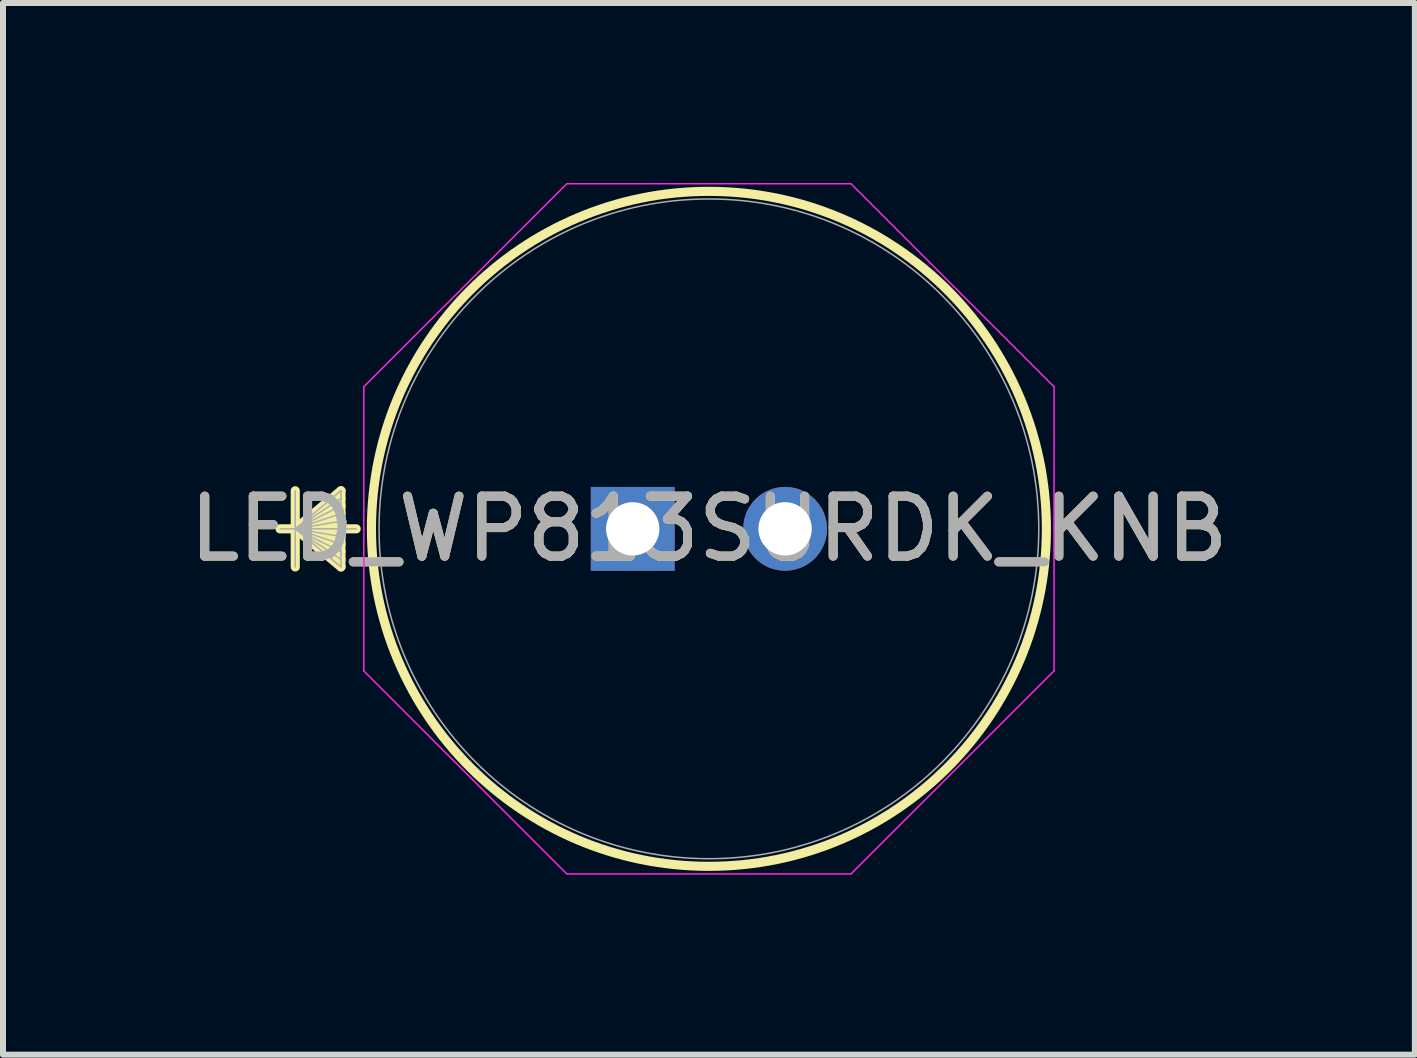
<source format=kicad_pcb>
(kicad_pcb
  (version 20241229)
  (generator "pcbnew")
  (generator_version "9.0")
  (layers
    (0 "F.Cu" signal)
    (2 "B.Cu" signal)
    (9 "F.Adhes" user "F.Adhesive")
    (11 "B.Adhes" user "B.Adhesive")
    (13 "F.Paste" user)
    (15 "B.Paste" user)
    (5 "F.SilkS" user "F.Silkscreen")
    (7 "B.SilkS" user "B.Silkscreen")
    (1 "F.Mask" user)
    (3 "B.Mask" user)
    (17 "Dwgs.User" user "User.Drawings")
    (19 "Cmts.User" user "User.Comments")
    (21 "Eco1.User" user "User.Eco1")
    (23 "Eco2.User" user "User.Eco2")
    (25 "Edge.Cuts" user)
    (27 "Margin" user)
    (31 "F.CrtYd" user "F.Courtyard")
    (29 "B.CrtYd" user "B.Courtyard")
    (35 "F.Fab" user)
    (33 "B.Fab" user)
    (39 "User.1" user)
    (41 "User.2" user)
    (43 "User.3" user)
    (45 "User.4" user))
  (footprint "LED_WP813SURDK_KNB"
    (layer "F.Cu")
    (at 7.498 5.766)
    (property "Reference" "LED_WP813SURDK_KNB" (at 1.27 0 0) (unlocked yes) (layer "F.SilkS") (effects (font (size 1 1) (thickness 0.15))))
    (attr through_hole)
    (fp_line (start -5.626 -0.635) (end -5.626 0.635) (stroke (width 0.152) (type solid)) (layer "F.SilkS"))
    (fp_line (start -5.626 0) (end -4.864 -0.635) (stroke (width 0.152) (type solid)) (layer "F.SilkS"))
    (fp_line (start -5.626 0) (end -4.864 -0.508) (stroke (width 0.152) (type solid)) (layer "F.SilkS"))
    (fp_line (start -5.626 0) (end -4.864 -0.381) (stroke (width 0.152) (type solid)) (layer "F.SilkS"))
    (fp_line (start -5.626 0) (end -4.864 -0.254) (stroke (width 0.152) (type solid)) (layer "F.SilkS"))
    (fp_line (start -5.626 0) (end -4.864 -0.127) (stroke (width 0.152) (type solid)) (layer "F.SilkS"))
    (fp_line (start -5.626 0) (end -4.864 0.127) (stroke (width 0.152) (type solid)) (layer "F.SilkS"))
    (fp_line (start -5.626 0) (end -4.864 0.254) (stroke (width 0.152) (type solid)) (layer "F.SilkS"))
    (fp_line (start -5.626 0) (end -4.864 0.381) (stroke (width 0.152) (type solid)) (layer "F.SilkS"))
    (fp_line (start -5.626 0) (end -4.864 0.508) (stroke (width 0.152) (type solid)) (layer "F.SilkS"))
    (fp_line (start -5.626 0) (end -4.864 0.635) (stroke (width 0.152) (type solid)) (layer "F.SilkS"))
    (fp_line (start -4.864 -0.635) (end -4.864 0.635) (stroke (width 0.152) (type solid)) (layer "F.SilkS"))
    (fp_line (start -4.61 0) (end -5.88 0) (stroke (width 0.152) (type solid)) (layer "F.SilkS"))
    (fp_circle (center 1.27 0) (end 6.896 0) (stroke (width 0.152) (type solid)) (fill no) (layer "F.SilkS"))
    (fp_line (start -4.483 -2.369) (end -1.099 -5.753) (stroke (width 0.025) (type solid)) (layer "F.CrtYd"))
    (fp_line (start -4.483 2.369) (end -4.483 -2.369) (stroke (width 0.025) (type solid)) (layer "F.CrtYd"))
    (fp_line (start -1.099 -5.753) (end 3.639 -5.753) (stroke (width 0.025) (type solid)) (layer "F.CrtYd"))
    (fp_line (start -1.099 5.753) (end -4.483 2.369) (stroke (width 0.025) (type solid)) (layer "F.CrtYd"))
    (fp_line (start 3.639 -5.753) (end 7.023 -2.369) (stroke (width 0.025) (type solid)) (layer "F.CrtYd"))
    (fp_line (start 3.639 5.753) (end -1.099 5.753) (stroke (width 0.025) (type solid)) (layer "F.CrtYd"))
    (fp_line (start 7.023 -2.369) (end 7.023 2.369) (stroke (width 0.025) (type solid)) (layer "F.CrtYd"))
    (fp_line (start 7.023 2.369) (end 3.639 5.753) (stroke (width 0.025) (type solid)) (layer "F.CrtYd"))
    (fp_line (start -5.626 -0.635) (end -5.626 0.635) (stroke (width 0.025) (type solid)) (layer "F.Fab"))
    (fp_line (start -5.626 0) (end -4.864 -0.635) (stroke (width 0.025) (type solid)) (layer "F.Fab"))
    (fp_line (start -5.626 0) (end -4.864 -0.508) (stroke (width 0.025) (type solid)) (layer "F.Fab"))
    (fp_line (start -5.626 0) (end -4.864 -0.381) (stroke (width 0.025) (type solid)) (layer "F.Fab"))
    (fp_line (start -5.626 0) (end -4.864 -0.254) (stroke (width 0.025) (type solid)) (layer "F.Fab"))
    (fp_line (start -5.626 0) (end -4.864 -0.127) (stroke (width 0.025) (type solid)) (layer "F.Fab"))
    (fp_line (start -5.626 0) (end -4.864 0.127) (stroke (width 0.025) (type solid)) (layer "F.Fab"))
    (fp_line (start -5.626 0) (end -4.864 0.254) (stroke (width 0.025) (type solid)) (layer "F.Fab"))
    (fp_line (start -5.626 0) (end -4.864 0.381) (stroke (width 0.025) (type solid)) (layer "F.Fab"))
    (fp_line (start -5.626 0) (end -4.864 0.508) (stroke (width 0.025) (type solid)) (layer "F.Fab"))
    (fp_line (start -5.626 0) (end -4.864 0.635) (stroke (width 0.025) (type solid)) (layer "F.Fab"))
    (fp_line (start -4.864 -0.635) (end -4.864 0.635) (stroke (width 0.025) (type solid)) (layer "F.Fab"))
    (fp_line (start -4.61 0) (end -5.88 0) (stroke (width 0.025) (type solid)) (layer "F.Fab"))
    (fp_circle (center 1.27 0) (end 6.769 0) (stroke (width 0.025) (type solid)) (fill no) (layer "F.Fab"))
    (fp_text user "${REFERENCE}" (at 1.27 0 0) (unlocked yes) (layer "F.Fab") (effects (font (size 1 1) (thickness 0.15))))
    (pad "1" thru_hole rect (at 0 0) (size 1.397 1.397) (drill 0.889) (layers "*.Cu" "*.Mask"))
    (pad "2" thru_hole circle (at 2.54 0) (size 1.397 1.397) (drill 0.889) (layers "*.Cu" "*.Mask")))
  (gr_rect
    (start -3 -3)
    (end 20.536 14.532)
    (stroke (width 0.1) (type default))
    (fill no)
    (layer "Edge.Cuts")))
</source>
